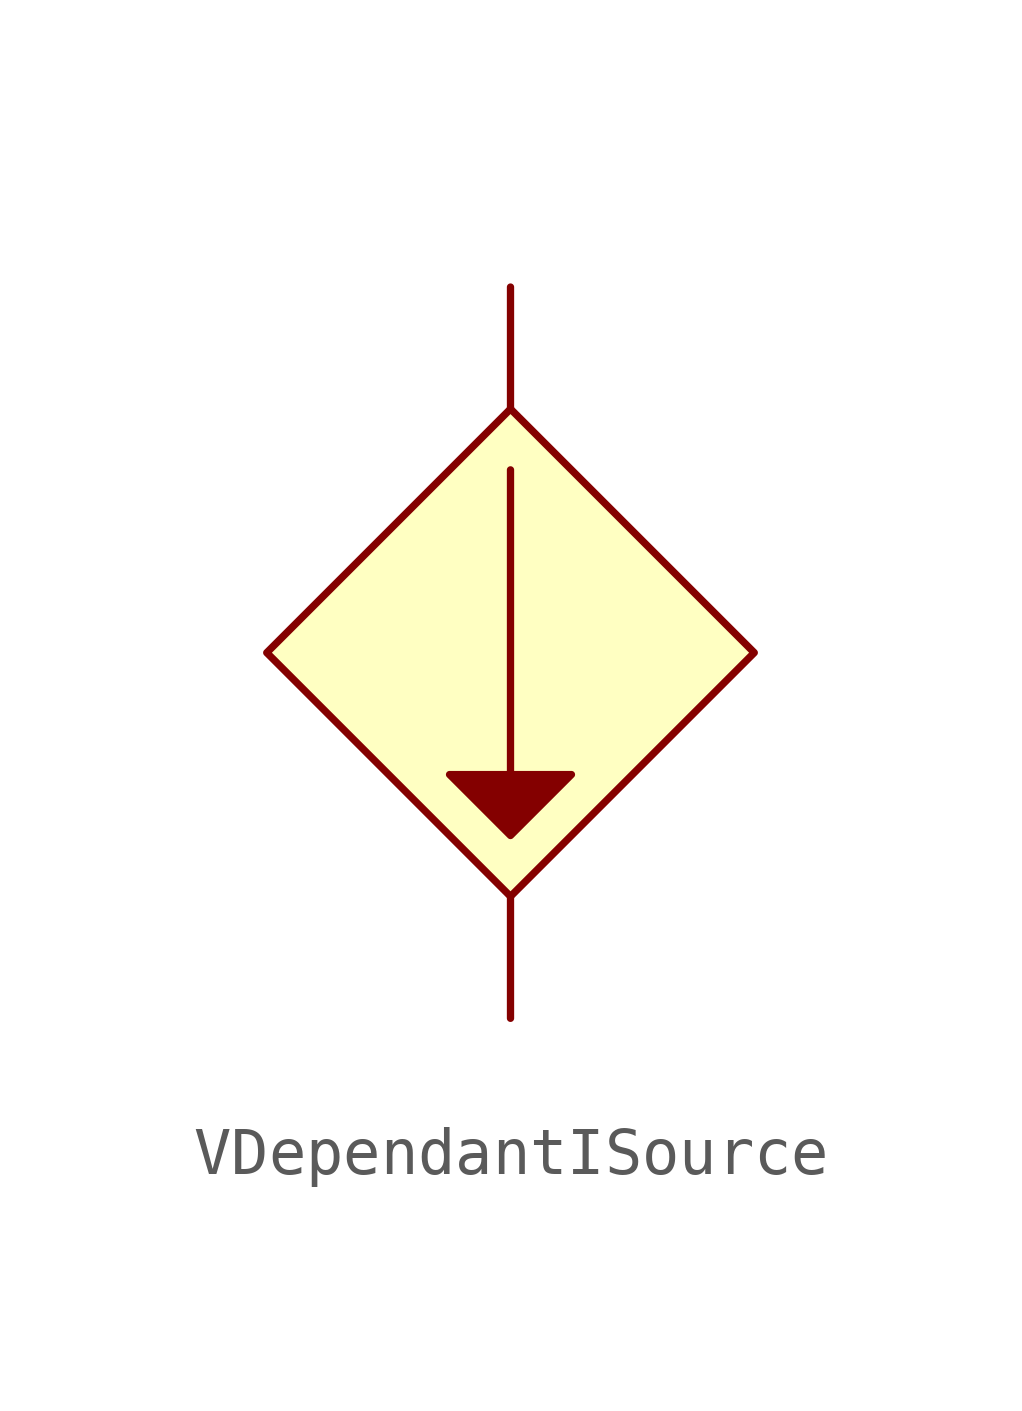
<source format=kicad_sym>
(kicad_symbol_lib
  (version 20211014)
  (generator kicad_symbol_editor)
  (symbol "VDependantISource"
    (property "Reference" "I"
      (at 0 1.27 0)
      (effects (font (size 1.27 1.27)) hide))
    (symbol "VDependantISource_0_1"
      (polyline (pts (xy 0 -5.08) (xy -5.08 0) (xy 0 5.08) (xy 5.08 0) (xy 0 -5.08)) (stroke (width 0) (type default) (color 0 0 0 0)) (fill (type background)))
      (polyline (pts (xy 0 3.81) (xy 0 -3.81) (xy 1.27 -2.54) (xy -1.27 -2.54) (xy 0 -3.81)) (stroke (width 0) (type default) (color 0 0 0 0)) (fill (type outline))))
    (symbol "VDependantISource_1_1"
      (pin input line (at 0 -7.62 90) (length 2.54) (name "~" (effects (font (size 1.27 1.27)))) (number "" (effects (font (size 1.27 1.27)))))
      (pin input line (at 0 7.62 270) (length 2.54) (name "~" (effects (font (size 1.27 1.27)))) (number "" (effects (font (size 1.27 1.27))))))))
</source>
